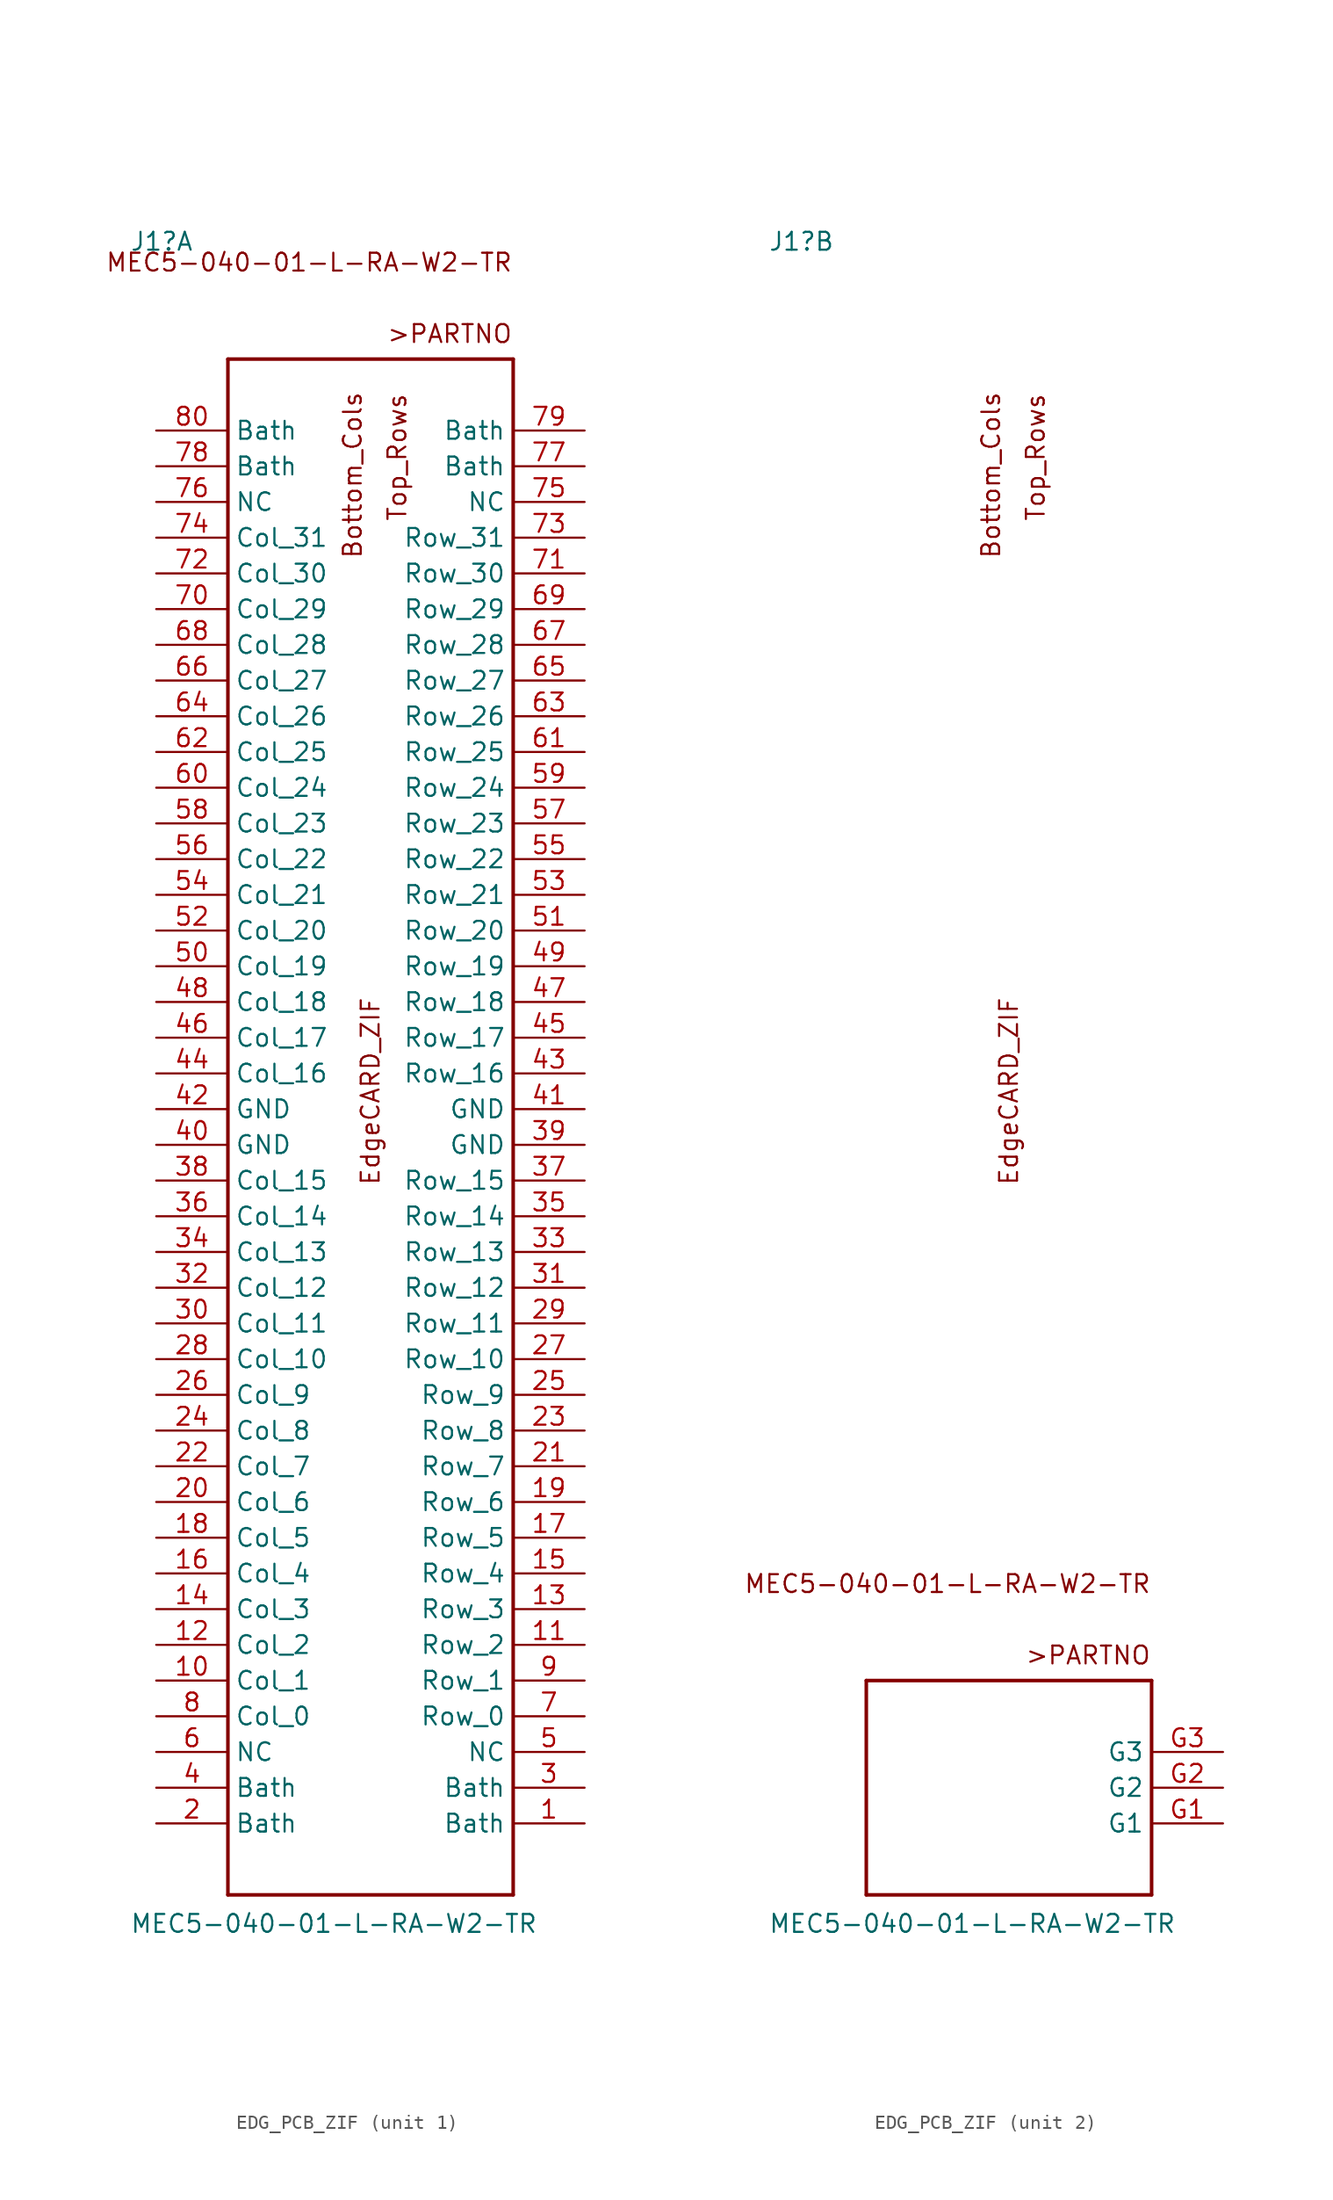
<source format=kicad_sym>
(kicad_symbol_lib
  (version 20220914)
  (generator kicad_symbol_editor)
  (symbol "EDG_PCB_ZIF"
    (property "Reference" "J1"
      (at -27.284 111.76 0)
      (effects (font (size 1.27 1.27)) (justify left bottom)))
    (property "Value" "MEC5-040-01-L-RA-W2-TR"
      (at -27.284 -7.874 0)
      (effects (font (size 1.27 1.27)) (justify left bottom)))
    (symbol "EDG_PCB_ZIF_0_1"
      (text "Bottom_Cols" (at -11.43 95.885 900) (effects (font (size 1.27 1.27))))
      (text "EdgeCARD_ZIF" (at -10.16 52.07 900) (effects (font (size 1.27 1.27))))
      (text "Top_Rows\n" (at -8.255 97.155 900) (effects (font (size 1.27 1.27)))))
    (symbol "EDG_PCB_ZIF_1_0"
      (polyline (pts (xy -20.3 -5.08) (xy -20.3 104.14)) (stroke (width 0.254) (type solid)) (fill (type none)))
      (polyline (pts (xy -20.3 104.14) (xy 0 104.14)) (stroke (width 0.254) (type solid)) (fill (type none)))
      (polyline (pts (xy 0 -5.08) (xy -20.3 -5.08)) (stroke (width 0.254) (type solid)) (fill (type none)))
      (polyline (pts (xy 0 104.14) (xy 0 -5.08)) (stroke (width 0.254) (type solid)) (fill (type none)))
      (text ">PARTNO" (at 0 106.68 0) (effects (font (size 1.27 1.27)) (justify right top)))
      (text "MEC5-040-01-L-RA-W2-TR" (at 0 111.76 0) (effects (font (size 1.27 1.27)) (justify right top)))
      (pin passive line (at 5.08 0 180) (length 5.08) (name "Bath" (effects (font (size 1.27 1.27)))) (number "1" (effects (font (size 1.27 1.27)))))
      (pin passive line (at -25.4 10.16 0) (length 5.08) (name "Col_1" (effects (font (size 1.27 1.27)))) (number "10" (effects (font (size 1.27 1.27)))))
      (pin passive line (at 5.08 12.7 180) (length 5.08) (name "Row_2" (effects (font (size 1.27 1.27)))) (number "11" (effects (font (size 1.27 1.27)))))
      (pin passive line (at -25.4 12.7 0) (length 5.08) (name "Col_2" (effects (font (size 1.27 1.27)))) (number "12" (effects (font (size 1.27 1.27)))))
      (pin passive line (at 5.08 15.24 180) (length 5.08) (name "Row_3" (effects (font (size 1.27 1.27)))) (number "13" (effects (font (size 1.27 1.27)))))
      (pin passive line (at -25.4 15.24 0) (length 5.08) (name "Col_3" (effects (font (size 1.27 1.27)))) (number "14" (effects (font (size 1.27 1.27)))))
      (pin passive line (at 5.08 17.78 180) (length 5.08) (name "Row_4" (effects (font (size 1.27 1.27)))) (number "15" (effects (font (size 1.27 1.27)))))
      (pin passive line (at -25.4 17.78 0) (length 5.08) (name "Col_4" (effects (font (size 1.27 1.27)))) (number "16" (effects (font (size 1.27 1.27)))))
      (pin passive line (at 5.08 20.32 180) (length 5.08) (name "Row_5" (effects (font (size 1.27 1.27)))) (number "17" (effects (font (size 1.27 1.27)))))
      (pin passive line (at -25.4 20.32 0) (length 5.08) (name "Col_5" (effects (font (size 1.27 1.27)))) (number "18" (effects (font (size 1.27 1.27)))))
      (pin passive line (at 5.08 22.86 180) (length 5.08) (name "Row_6" (effects (font (size 1.27 1.27)))) (number "19" (effects (font (size 1.27 1.27)))))
      (pin passive line (at -25.4 0 0) (length 5.08) (name "Bath" (effects (font (size 1.27 1.27)))) (number "2" (effects (font (size 1.27 1.27)))))
      (pin passive line (at -25.4 22.86 0) (length 5.08) (name "Col_6" (effects (font (size 1.27 1.27)))) (number "20" (effects (font (size 1.27 1.27)))))
      (pin passive line (at 5.08 25.4 180) (length 5.08) (name "Row_7" (effects (font (size 1.27 1.27)))) (number "21" (effects (font (size 1.27 1.27)))))
      (pin passive line (at -25.4 25.4 0) (length 5.08) (name "Col_7" (effects (font (size 1.27 1.27)))) (number "22" (effects (font (size 1.27 1.27)))))
      (pin passive line (at 5.08 27.94 180) (length 5.08) (name "Row_8" (effects (font (size 1.27 1.27)))) (number "23" (effects (font (size 1.27 1.27)))))
      (pin passive line (at -25.4 27.94 0) (length 5.08) (name "Col_8" (effects (font (size 1.27 1.27)))) (number "24" (effects (font (size 1.27 1.27)))))
      (pin passive line (at 5.08 30.48 180) (length 5.08) (name "Row_9" (effects (font (size 1.27 1.27)))) (number "25" (effects (font (size 1.27 1.27)))))
      (pin passive line (at -25.4 30.48 0) (length 5.08) (name "Col_9" (effects (font (size 1.27 1.27)))) (number "26" (effects (font (size 1.27 1.27)))))
      (pin passive line (at 5.08 33.02 180) (length 5.08) (name "Row_10" (effects (font (size 1.27 1.27)))) (number "27" (effects (font (size 1.27 1.27)))))
      (pin passive line (at -25.4 33.02 0) (length 5.08) (name "Col_10" (effects (font (size 1.27 1.27)))) (number "28" (effects (font (size 1.27 1.27)))))
      (pin passive line (at 5.08 35.56 180) (length 5.08) (name "Row_11" (effects (font (size 1.27 1.27)))) (number "29" (effects (font (size 1.27 1.27)))))
      (pin passive line (at 5.08 2.54 180) (length 5.08) (name "Bath" (effects (font (size 1.27 1.27)))) (number "3" (effects (font (size 1.27 1.27)))))
      (pin passive line (at -25.4 35.56 0) (length 5.08) (name "Col_11" (effects (font (size 1.27 1.27)))) (number "30" (effects (font (size 1.27 1.27)))))
      (pin passive line (at 5.08 38.1 180) (length 5.08) (name "Row_12" (effects (font (size 1.27 1.27)))) (number "31" (effects (font (size 1.27 1.27)))))
      (pin passive line (at -25.4 38.1 0) (length 5.08) (name "Col_12" (effects (font (size 1.27 1.27)))) (number "32" (effects (font (size 1.27 1.27)))))
      (pin passive line (at 5.08 40.64 180) (length 5.08) (name "Row_13" (effects (font (size 1.27 1.27)))) (number "33" (effects (font (size 1.27 1.27)))))
      (pin passive line (at -25.4 40.64 0) (length 5.08) (name "Col_13" (effects (font (size 1.27 1.27)))) (number "34" (effects (font (size 1.27 1.27)))))
      (pin passive line (at 5.08 43.18 180) (length 5.08) (name "Row_14" (effects (font (size 1.27 1.27)))) (number "35" (effects (font (size 1.27 1.27)))))
      (pin passive line (at -25.4 43.18 0) (length 5.08) (name "Col_14" (effects (font (size 1.27 1.27)))) (number "36" (effects (font (size 1.27 1.27)))))
      (pin passive line (at 5.08 45.72 180) (length 5.08) (name "Row_15" (effects (font (size 1.27 1.27)))) (number "37" (effects (font (size 1.27 1.27)))))
      (pin passive line (at -25.4 45.72 0) (length 5.08) (name "Col_15" (effects (font (size 1.27 1.27)))) (number "38" (effects (font (size 1.27 1.27)))))
      (pin passive line (at 5.08 48.26 180) (length 5.08) (name "GND" (effects (font (size 1.27 1.27)))) (number "39" (effects (font (size 1.27 1.27)))))
      (pin passive line (at -25.4 2.54 0) (length 5.08) (name "Bath" (effects (font (size 1.27 1.27)))) (number "4" (effects (font (size 1.27 1.27)))))
      (pin passive line (at -25.4 48.26 0) (length 5.08) (name "GND" (effects (font (size 1.27 1.27)))) (number "40" (effects (font (size 1.27 1.27)))))
      (pin passive line (at 5.08 50.8 180) (length 5.08) (name "GND" (effects (font (size 1.27 1.27)))) (number "41" (effects (font (size 1.27 1.27)))))
      (pin passive line (at -25.4 50.8 0) (length 5.08) (name "GND" (effects (font (size 1.27 1.27)))) (number "42" (effects (font (size 1.27 1.27)))))
      (pin passive line (at 5.08 53.34 180) (length 5.08) (name "Row_16" (effects (font (size 1.27 1.27)))) (number "43" (effects (font (size 1.27 1.27)))))
      (pin passive line (at -25.4 53.34 0) (length 5.08) (name "Col_16" (effects (font (size 1.27 1.27)))) (number "44" (effects (font (size 1.27 1.27)))))
      (pin passive line (at 5.08 55.88 180) (length 5.08) (name "Row_17" (effects (font (size 1.27 1.27)))) (number "45" (effects (font (size 1.27 1.27)))))
      (pin passive line (at -25.4 55.88 0) (length 5.08) (name "Col_17" (effects (font (size 1.27 1.27)))) (number "46" (effects (font (size 1.27 1.27)))))
      (pin passive line (at 5.08 58.42 180) (length 5.08) (name "Row_18" (effects (font (size 1.27 1.27)))) (number "47" (effects (font (size 1.27 1.27)))))
      (pin passive line (at -25.4 58.42 0) (length 5.08) (name "Col_18" (effects (font (size 1.27 1.27)))) (number "48" (effects (font (size 1.27 1.27)))))
      (pin passive line (at 5.08 60.96 180) (length 5.08) (name "Row_19" (effects (font (size 1.27 1.27)))) (number "49" (effects (font (size 1.27 1.27)))))
      (pin passive line (at 5.08 5.08 180) (length 5.08) (name "NC" (effects (font (size 1.27 1.27)))) (number "5" (effects (font (size 1.27 1.27)))))
      (pin passive line (at -25.4 60.96 0) (length 5.08) (name "Col_19" (effects (font (size 1.27 1.27)))) (number "50" (effects (font (size 1.27 1.27)))))
      (pin passive line (at 5.08 63.5 180) (length 5.08) (name "Row_20" (effects (font (size 1.27 1.27)))) (number "51" (effects (font (size 1.27 1.27)))))
      (pin passive line (at -25.4 63.5 0) (length 5.08) (name "Col_20" (effects (font (size 1.27 1.27)))) (number "52" (effects (font (size 1.27 1.27)))))
      (pin passive line (at 5.08 66.04 180) (length 5.08) (name "Row_21" (effects (font (size 1.27 1.27)))) (number "53" (effects (font (size 1.27 1.27)))))
      (pin passive line (at -25.4 66.04 0) (length 5.08) (name "Col_21" (effects (font (size 1.27 1.27)))) (number "54" (effects (font (size 1.27 1.27)))))
      (pin passive line (at 5.08 68.58 180) (length 5.08) (name "Row_22" (effects (font (size 1.27 1.27)))) (number "55" (effects (font (size 1.27 1.27)))))
      (pin passive line (at -25.4 68.58 0) (length 5.08) (name "Col_22" (effects (font (size 1.27 1.27)))) (number "56" (effects (font (size 1.27 1.27)))))
      (pin passive line (at 5.08 71.12 180) (length 5.08) (name "Row_23" (effects (font (size 1.27 1.27)))) (number "57" (effects (font (size 1.27 1.27)))))
      (pin passive line (at -25.4 71.12 0) (length 5.08) (name "Col_23" (effects (font (size 1.27 1.27)))) (number "58" (effects (font (size 1.27 1.27)))))
      (pin passive line (at 5.08 73.66 180) (length 5.08) (name "Row_24" (effects (font (size 1.27 1.27)))) (number "59" (effects (font (size 1.27 1.27)))))
      (pin passive line (at -25.4 5.08 0) (length 5.08) (name "NC" (effects (font (size 1.27 1.27)))) (number "6" (effects (font (size 1.27 1.27)))))
      (pin passive line (at -25.4 73.66 0) (length 5.08) (name "Col_24" (effects (font (size 1.27 1.27)))) (number "60" (effects (font (size 1.27 1.27)))))
      (pin passive line (at 5.08 76.2 180) (length 5.08) (name "Row_25" (effects (font (size 1.27 1.27)))) (number "61" (effects (font (size 1.27 1.27)))))
      (pin passive line (at -25.4 76.2 0) (length 5.08) (name "Col_25" (effects (font (size 1.27 1.27)))) (number "62" (effects (font (size 1.27 1.27)))))
      (pin passive line (at 5.08 78.74 180) (length 5.08) (name "Row_26" (effects (font (size 1.27 1.27)))) (number "63" (effects (font (size 1.27 1.27)))))
      (pin passive line (at -25.4 78.74 0) (length 5.08) (name "Col_26" (effects (font (size 1.27 1.27)))) (number "64" (effects (font (size 1.27 1.27)))))
      (pin passive line (at 5.08 81.28 180) (length 5.08) (name "Row_27" (effects (font (size 1.27 1.27)))) (number "65" (effects (font (size 1.27 1.27)))))
      (pin passive line (at -25.4 81.28 0) (length 5.08) (name "Col_27" (effects (font (size 1.27 1.27)))) (number "66" (effects (font (size 1.27 1.27)))))
      (pin passive line (at 5.08 83.82 180) (length 5.08) (name "Row_28" (effects (font (size 1.27 1.27)))) (number "67" (effects (font (size 1.27 1.27)))))
      (pin passive line (at -25.4 83.82 0) (length 5.08) (name "Col_28" (effects (font (size 1.27 1.27)))) (number "68" (effects (font (size 1.27 1.27)))))
      (pin passive line (at 5.08 86.36 180) (length 5.08) (name "Row_29" (effects (font (size 1.27 1.27)))) (number "69" (effects (font (size 1.27 1.27)))))
      (pin passive line (at 5.08 7.62 180) (length 5.08) (name "Row_0" (effects (font (size 1.27 1.27)))) (number "7" (effects (font (size 1.27 1.27)))))
      (pin passive line (at -25.4 86.36 0) (length 5.08) (name "Col_29" (effects (font (size 1.27 1.27)))) (number "70" (effects (font (size 1.27 1.27)))))
      (pin passive line (at 5.08 88.9 180) (length 5.08) (name "Row_30" (effects (font (size 1.27 1.27)))) (number "71" (effects (font (size 1.27 1.27)))))
      (pin passive line (at -25.4 88.9 0) (length 5.08) (name "Col_30" (effects (font (size 1.27 1.27)))) (number "72" (effects (font (size 1.27 1.27)))))
      (pin passive line (at 5.08 91.44 180) (length 5.08) (name "Row_31" (effects (font (size 1.27 1.27)))) (number "73" (effects (font (size 1.27 1.27)))))
      (pin passive line (at -25.4 91.44 0) (length 5.08) (name "Col_31" (effects (font (size 1.27 1.27)))) (number "74" (effects (font (size 1.27 1.27)))))
      (pin passive line (at 5.08 93.98 180) (length 5.08) (name "NC" (effects (font (size 1.27 1.27)))) (number "75" (effects (font (size 1.27 1.27)))))
      (pin passive line (at -25.4 93.98 0) (length 5.08) (name "NC" (effects (font (size 1.27 1.27)))) (number "76" (effects (font (size 1.27 1.27)))))
      (pin passive line (at 5.08 96.52 180) (length 5.08) (name "Bath" (effects (font (size 1.27 1.27)))) (number "77" (effects (font (size 1.27 1.27)))))
      (pin passive line (at -25.4 96.52 0) (length 5.08) (name "Bath" (effects (font (size 1.27 1.27)))) (number "78" (effects (font (size 1.27 1.27)))))
      (pin passive line (at 5.08 99.06 180) (length 5.08) (name "Bath" (effects (font (size 1.27 1.27)))) (number "79" (effects (font (size 1.27 1.27)))))
      (pin passive line (at -25.4 7.62 0) (length 5.08) (name "Col_0" (effects (font (size 1.27 1.27)))) (number "8" (effects (font (size 1.27 1.27)))))
      (pin passive line (at -25.4 99.06 0) (length 5.08) (name "Bath" (effects (font (size 1.27 1.27)))) (number "80" (effects (font (size 1.27 1.27)))))
      (pin passive line (at 5.08 10.16 180) (length 5.08) (name "Row_1" (effects (font (size 1.27 1.27)))) (number "9" (effects (font (size 1.27 1.27))))))
    (symbol "EDG_PCB_ZIF_2_0"
      (polyline (pts (xy -20.3 -5.08) (xy -20.3 10.16)) (stroke (width 0.254) (type solid)) (fill (type none)))
      (polyline (pts (xy -20.3 10.16) (xy 0 10.16)) (stroke (width 0.254) (type solid)) (fill (type none)))
      (polyline (pts (xy 0 -5.08) (xy -20.3 -5.08)) (stroke (width 0.254) (type solid)) (fill (type none)))
      (polyline (pts (xy 0 10.16) (xy 0 -5.08)) (stroke (width 0.254) (type solid)) (fill (type none)))
      (text ">PARTNO" (at 0 12.7 0) (effects (font (size 1.27 1.27)) (justify right top)))
      (text "MEC5-040-01-L-RA-W2-TR" (at 0 17.78 0) (effects (font (size 1.27 1.27)) (justify right top)))
      (pin power_in line (at 5.08 0 180) (length 5.08) (name "G1" (effects (font (size 1.27 1.27)))) (number "G1" (effects (font (size 1.27 1.27)))))
      (pin power_in line (at 5.08 2.54 180) (length 5.08) (name "G2" (effects (font (size 1.27 1.27)))) (number "G2" (effects (font (size 1.27 1.27)))))
      (pin power_in line (at 5.08 5.08 180) (length 5.08) (name "G3" (effects (font (size 1.27 1.27)))) (number "G3" (effects (font (size 1.27 1.27))))))))
</source>
